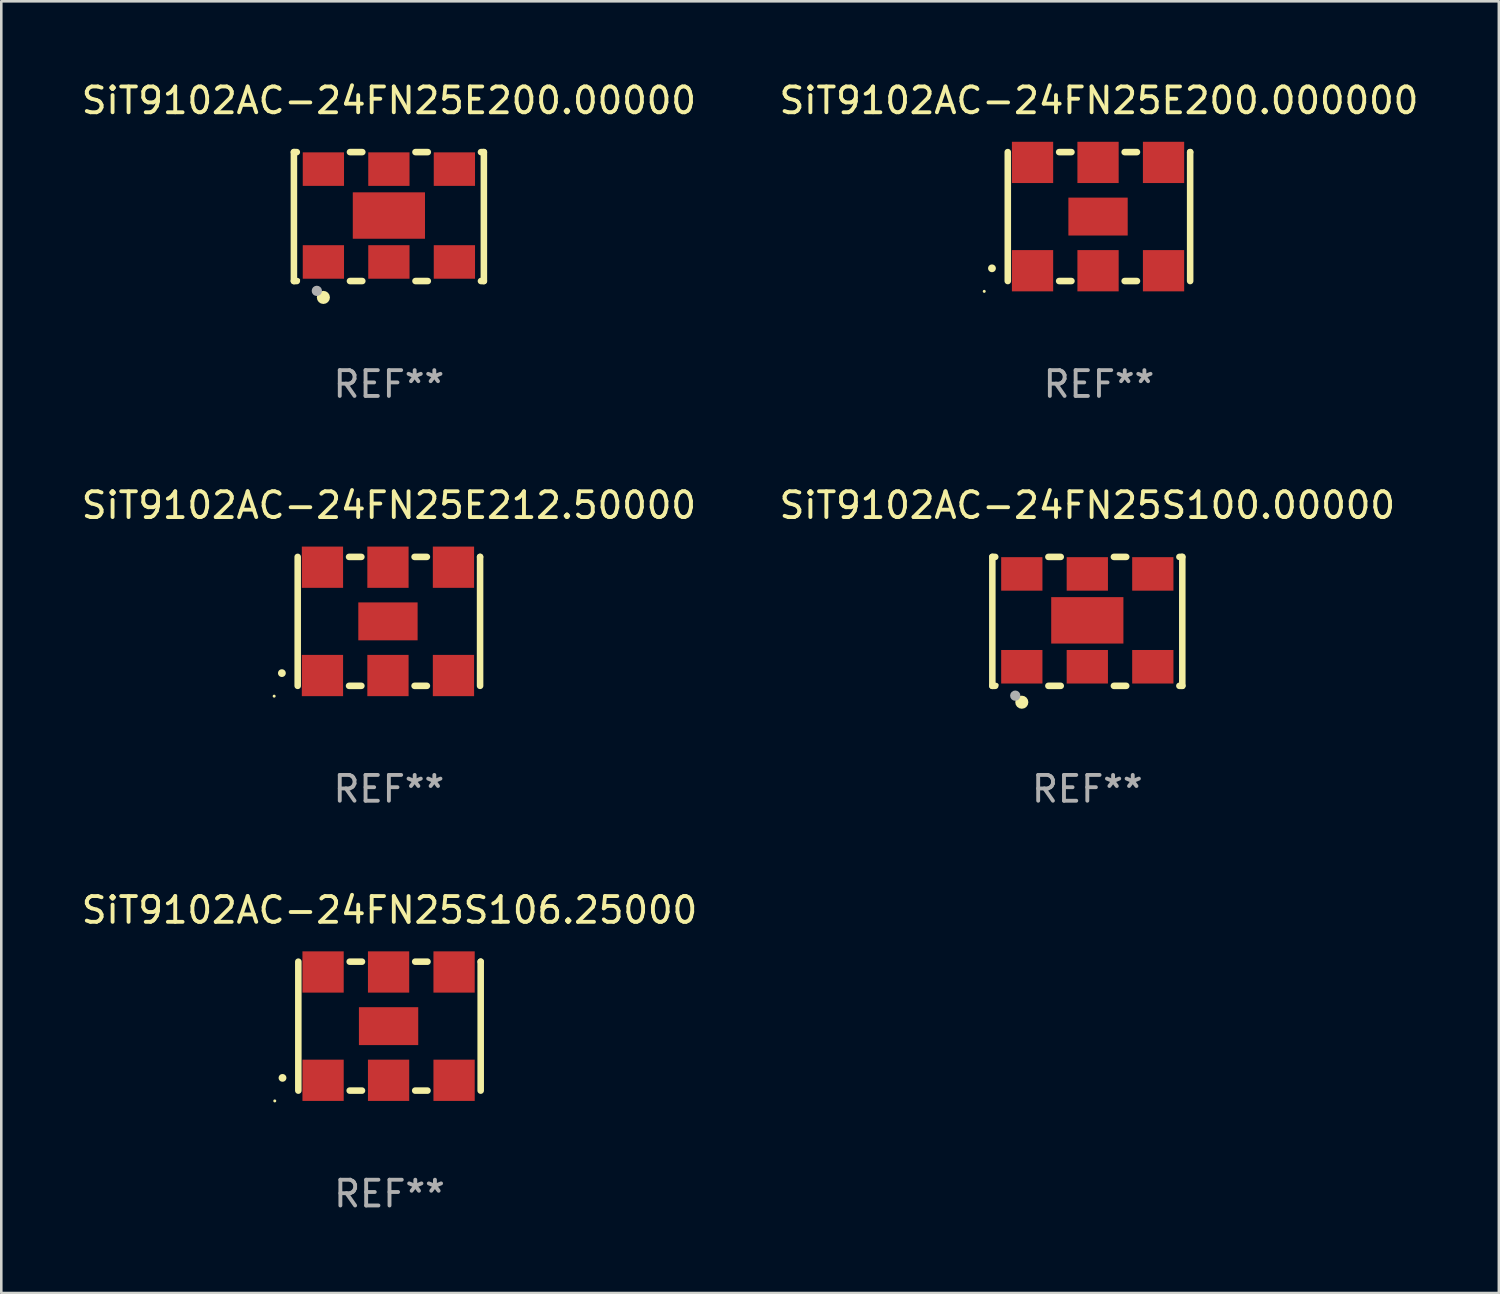
<source format=kicad_pcb>
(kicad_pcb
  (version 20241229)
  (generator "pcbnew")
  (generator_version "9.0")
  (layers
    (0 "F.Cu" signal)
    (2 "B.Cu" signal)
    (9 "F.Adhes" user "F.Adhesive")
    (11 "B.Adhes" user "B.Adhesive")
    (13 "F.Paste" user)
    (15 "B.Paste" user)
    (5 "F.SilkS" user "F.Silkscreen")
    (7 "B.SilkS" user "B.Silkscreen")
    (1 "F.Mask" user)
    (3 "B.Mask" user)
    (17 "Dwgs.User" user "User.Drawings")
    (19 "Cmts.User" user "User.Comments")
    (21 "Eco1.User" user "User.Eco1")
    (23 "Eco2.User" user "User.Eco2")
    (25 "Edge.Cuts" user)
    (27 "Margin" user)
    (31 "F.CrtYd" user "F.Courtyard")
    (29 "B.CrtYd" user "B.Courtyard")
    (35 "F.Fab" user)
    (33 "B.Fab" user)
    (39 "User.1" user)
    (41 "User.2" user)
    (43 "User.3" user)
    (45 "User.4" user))
  (footprint "SiT9102AC-24FN25S100.00000"
    (layer "F.Cu")
    (at 39.113 21.045)
    (property "Reference" "SiT9102AC-24FN25S100.00000" (at 0 -4.5 0) (layer "F.SilkS") (effects (font (size 1 1) (thickness 0.15))))
    (attr through_hole)
    (fp_line (start -3.683 -2.5) (end -3.571 -2.5) (stroke (width 0.254) (type solid)) (layer "F.SilkS"))
    (fp_line (start -3.683 2.5) (end -3.683 -2.5) (stroke (width 0.254) (type solid)) (layer "F.SilkS"))
    (fp_line (start -3.683 2.5) (end -3.571 2.5) (stroke (width 0.254) (type solid)) (layer "F.SilkS"))
    (fp_line (start -1.509 -2.5) (end -1.031 -2.5) (stroke (width 0.254) (type solid)) (layer "F.SilkS"))
    (fp_line (start -1.509 2.5) (end -1.031 2.5) (stroke (width 0.254) (type solid)) (layer "F.SilkS"))
    (fp_line (start 1.031 -2.5) (end 1.509 -2.5) (stroke (width 0.254) (type solid)) (layer "F.SilkS"))
    (fp_line (start 1.031 2.5) (end 1.509 2.5) (stroke (width 0.254) (type solid)) (layer "F.SilkS"))
    (fp_line (start 3.571 -2.5) (end 3.683 -2.5) (stroke (width 0.254) (type solid)) (layer "F.SilkS"))
    (fp_line (start 3.571 2.5) (end 3.683 2.5) (stroke (width 0.254) (type solid)) (layer "F.SilkS"))
    (fp_line (start 3.683 2.5) (end 3.683 -2.5) (stroke (width 0.254) (type solid)) (layer "F.SilkS"))
    (fp_circle (center -3.5 2.46) (end -3.47 2.46) (stroke (width 0.06) (type solid)) (fill no) (layer "F.SilkS"))
    (fp_circle (center -2.54 3.135) (end -2.413 3.135) (stroke (width 0.254) (type solid)) (fill no) (layer "F.SilkS"))
    (fp_circle (center -2.794 2.881) (end -2.694 2.881) (stroke (width 0.2) (type solid)) (fill no) (layer "F.Fab"))
    (fp_text user "REF**" (at 0 6.5 0) (layer "F.Fab") (effects (font (size 1 1) (thickness 0.15))))
    (pad "1" smd rect (at -2.54 1.76) (size 1.6 1.3) (layers "F.Cu" "F.Mask" "F.Paste"))
    (pad "2" smd rect (at 0 1.76) (size 1.6 1.3) (layers "F.Cu" "F.Mask" "F.Paste"))
    (pad "3" smd rect (at 2.54 1.76) (size 1.6 1.3) (layers "F.Cu" "F.Mask" "F.Paste"))
    (pad "4" smd rect (at 2.54 -1.84) (size 1.6 1.3) (layers "F.Cu" "F.Mask" "F.Paste"))
    (pad "5" smd rect (at 0 -1.84) (size 1.6 1.3) (layers "F.Cu" "F.Mask" "F.Paste"))
    (pad "6" smd rect (at -2.54 -1.84) (size 1.6 1.3) (layers "F.Cu" "F.Mask" "F.Paste"))
    (pad "7" smd rect (at 0 -0.04) (size 2.8 1.8) (layers "F.Cu" "F.Mask" "F.Paste")))
  (footprint "SiT9102AC-24FN25S106.25000"
    (layer "F.Cu")
    (at 12.054 36.741)
    (property "Reference" "SiT9102AC-24FN25S106.25000" (at 0 -4.5 0) (layer "F.SilkS") (effects (font (size 1 1) (thickness 0.15))))
    (attr through_hole)
    (fp_line (start -3.536 -2.5) (end -3.536 2.5) (stroke (width 0.254) (type solid)) (layer "F.SilkS"))
    (fp_line (start -1.544 2.5) (end -1.067 2.5) (stroke (width 0.254) (type solid)) (layer "F.SilkS"))
    (fp_line (start -1.067 -2.5) (end -1.544 -2.5) (stroke (width 0.254) (type solid)) (layer "F.SilkS"))
    (fp_line (start 0.996 2.5) (end 1.473 2.5) (stroke (width 0.254) (type solid)) (layer "F.SilkS"))
    (fp_line (start 1.473 -2.5) (end 0.996 -2.5) (stroke (width 0.254) (type solid)) (layer "F.SilkS"))
    (fp_line (start 3.536 -2.5) (end 3.536 -2.5) (stroke (width 0.254) (type solid)) (layer "F.SilkS"))
    (fp_line (start 3.536 2.5) (end 3.536 -2.5) (stroke (width 0.254) (type solid)) (layer "F.SilkS"))
    (fp_arc (start -4.150432 2.006604) (mid -4.149162 2.006599) (end -4.147892 2.006604) (stroke (width 0.3) (type solid)) (layer "F.SilkS"))
    (fp_circle (center -4.449 2.9) (end -4.419 2.9) (stroke (width 0.06) (type solid)) (fill no) (layer "F.SilkS"))
    (fp_text user "REF**" (at 0 6.5 0) (layer "F.Fab") (effects (font (size 1 1) (thickness 0.15))))
    (pad "1" smd rect (at -2.576 2.1) (size 1.6 1.6) (layers "F.Cu" "F.Mask" "F.Paste"))
    (pad "2" smd rect (at -0.036 2.1) (size 1.6 1.6) (layers "F.Cu" "F.Mask" "F.Paste"))
    (pad "3" smd rect (at 2.504 2.1) (size 1.6 1.6) (layers "F.Cu" "F.Mask" "F.Paste"))
    (pad "4" smd rect (at 2.504 -2.1) (size 1.6 1.6) (layers "F.Cu" "F.Mask" "F.Paste"))
    (pad "5" smd rect (at -0.036 -2.1) (size 1.6 1.6) (layers "F.Cu" "F.Mask" "F.Paste"))
    (pad "6" smd rect (at -2.576 -2.1) (size 1.6 1.6) (layers "F.Cu" "F.Mask" "F.Paste"))
    (pad "7" smd rect (at -0.036 0) (size 2.3 1.47) (layers "F.Cu" "F.Mask" "F.Paste")))
  (footprint "SiT9102AC-24FN25E212.50000"
    (layer "F.Cu")
    (at 12.03 21.045)
    (property "Reference" "SiT9102AC-24FN25E212.50000" (at 0 -4.5 0) (layer "F.SilkS") (effects (font (size 1 1) (thickness 0.15))))
    (attr through_hole)
    (fp_line (start -3.536 -2.5) (end -3.536 2.5) (stroke (width 0.254) (type solid)) (layer "F.SilkS"))
    (fp_line (start -1.544 2.5) (end -1.067 2.5) (stroke (width 0.254) (type solid)) (layer "F.SilkS"))
    (fp_line (start -1.067 -2.5) (end -1.544 -2.5) (stroke (width 0.254) (type solid)) (layer "F.SilkS"))
    (fp_line (start 0.996 2.5) (end 1.473 2.5) (stroke (width 0.254) (type solid)) (layer "F.SilkS"))
    (fp_line (start 1.473 -2.5) (end 0.996 -2.5) (stroke (width 0.254) (type solid)) (layer "F.SilkS"))
    (fp_line (start 3.536 -2.5) (end 3.536 -2.5) (stroke (width 0.254) (type solid)) (layer "F.SilkS"))
    (fp_line (start 3.536 2.5) (end 3.536 -2.5) (stroke (width 0.254) (type solid)) (layer "F.SilkS"))
    (fp_arc (start -4.150432 2.006604) (mid -4.149162 2.006599) (end -4.147892 2.006604) (stroke (width 0.3) (type solid)) (layer "F.SilkS"))
    (fp_circle (center -4.449 2.9) (end -4.419 2.9) (stroke (width 0.06) (type solid)) (fill no) (layer "F.SilkS"))
    (fp_text user "REF**" (at 0 6.5 0) (layer "F.Fab") (effects (font (size 1 1) (thickness 0.15))))
    (pad "1" smd rect (at -2.576 2.1) (size 1.6 1.6) (layers "F.Cu" "F.Mask" "F.Paste"))
    (pad "2" smd rect (at -0.036 2.1) (size 1.6 1.6) (layers "F.Cu" "F.Mask" "F.Paste"))
    (pad "3" smd rect (at 2.504 2.1) (size 1.6 1.6) (layers "F.Cu" "F.Mask" "F.Paste"))
    (pad "4" smd rect (at 2.504 -2.1) (size 1.6 1.6) (layers "F.Cu" "F.Mask" "F.Paste"))
    (pad "5" smd rect (at -0.036 -2.1) (size 1.6 1.6) (layers "F.Cu" "F.Mask" "F.Paste"))
    (pad "6" smd rect (at -2.576 -2.1) (size 1.6 1.6) (layers "F.Cu" "F.Mask" "F.Paste"))
    (pad "7" smd rect (at -0.036 0) (size 2.3 1.47) (layers "F.Cu" "F.Mask" "F.Paste")))
  (footprint "SiT9102AC-24FN25E200.000000"
    (layer "F.Cu")
    (at 39.565 5.348)
    (property "Reference" "SiT9102AC-24FN25E200.000000" (at 0 -4.5 0) (layer "F.SilkS") (effects (font (size 1 1) (thickness 0.15))))
    (attr through_hole)
    (fp_line (start -3.536 -2.5) (end -3.536 2.5) (stroke (width 0.254) (type solid)) (layer "F.SilkS"))
    (fp_line (start -1.544 2.5) (end -1.067 2.5) (stroke (width 0.254) (type solid)) (layer "F.SilkS"))
    (fp_line (start -1.067 -2.5) (end -1.544 -2.5) (stroke (width 0.254) (type solid)) (layer "F.SilkS"))
    (fp_line (start 0.996 2.5) (end 1.473 2.5) (stroke (width 0.254) (type solid)) (layer "F.SilkS"))
    (fp_line (start 1.473 -2.5) (end 0.996 -2.5) (stroke (width 0.254) (type solid)) (layer "F.SilkS"))
    (fp_line (start 3.536 -2.5) (end 3.536 -2.5) (stroke (width 0.254) (type solid)) (layer "F.SilkS"))
    (fp_line (start 3.536 2.5) (end 3.536 -2.5) (stroke (width 0.254) (type solid)) (layer "F.SilkS"))
    (fp_arc (start -4.150432 2.006604) (mid -4.149162 2.006599) (end -4.147892 2.006604) (stroke (width 0.3) (type solid)) (layer "F.SilkS"))
    (fp_circle (center -4.449 2.9) (end -4.419 2.9) (stroke (width 0.06) (type solid)) (fill no) (layer "F.SilkS"))
    (fp_text user "REF**" (at 0 6.5 0) (layer "F.Fab") (effects (font (size 1 1) (thickness 0.15))))
    (pad "1" smd rect (at -2.576 2.1) (size 1.6 1.6) (layers "F.Cu" "F.Mask" "F.Paste"))
    (pad "2" smd rect (at -0.036 2.1) (size 1.6 1.6) (layers "F.Cu" "F.Mask" "F.Paste"))
    (pad "3" smd rect (at 2.504 2.1) (size 1.6 1.6) (layers "F.Cu" "F.Mask" "F.Paste"))
    (pad "4" smd rect (at 2.504 -2.1) (size 1.6 1.6) (layers "F.Cu" "F.Mask" "F.Paste"))
    (pad "5" smd rect (at -0.036 -2.1) (size 1.6 1.6) (layers "F.Cu" "F.Mask" "F.Paste"))
    (pad "6" smd rect (at -2.576 -2.1) (size 1.6 1.6) (layers "F.Cu" "F.Mask" "F.Paste"))
    (pad "7" smd rect (at -0.036 0) (size 2.3 1.47) (layers "F.Cu" "F.Mask" "F.Paste")))
  (footprint "SiT9102AC-24FN25E200.00000"
    (layer "F.Cu")
    (at 12.03 5.348)
    (property "Reference" "SiT9102AC-24FN25E200.00000" (at 0 -4.5 0) (layer "F.SilkS") (effects (font (size 1 1) (thickness 0.15))))
    (attr through_hole)
    (fp_line (start -3.683 -2.5) (end -3.571 -2.5) (stroke (width 0.254) (type solid)) (layer "F.SilkS"))
    (fp_line (start -3.683 2.5) (end -3.683 -2.5) (stroke (width 0.254) (type solid)) (layer "F.SilkS"))
    (fp_line (start -3.683 2.5) (end -3.571 2.5) (stroke (width 0.254) (type solid)) (layer "F.SilkS"))
    (fp_line (start -1.509 -2.5) (end -1.031 -2.5) (stroke (width 0.254) (type solid)) (layer "F.SilkS"))
    (fp_line (start -1.509 2.5) (end -1.031 2.5) (stroke (width 0.254) (type solid)) (layer "F.SilkS"))
    (fp_line (start 1.031 -2.5) (end 1.509 -2.5) (stroke (width 0.254) (type solid)) (layer "F.SilkS"))
    (fp_line (start 1.031 2.5) (end 1.509 2.5) (stroke (width 0.254) (type solid)) (layer "F.SilkS"))
    (fp_line (start 3.571 -2.5) (end 3.683 -2.5) (stroke (width 0.254) (type solid)) (layer "F.SilkS"))
    (fp_line (start 3.571 2.5) (end 3.683 2.5) (stroke (width 0.254) (type solid)) (layer "F.SilkS"))
    (fp_line (start 3.683 2.5) (end 3.683 -2.5) (stroke (width 0.254) (type solid)) (layer "F.SilkS"))
    (fp_circle (center -3.5 2.46) (end -3.47 2.46) (stroke (width 0.06) (type solid)) (fill no) (layer "F.SilkS"))
    (fp_circle (center -2.54 3.135) (end -2.413 3.135) (stroke (width 0.254) (type solid)) (fill no) (layer "F.SilkS"))
    (fp_circle (center -2.794 2.881) (end -2.694 2.881) (stroke (width 0.2) (type solid)) (fill no) (layer "F.Fab"))
    (fp_text user "REF**" (at 0 6.5 0) (layer "F.Fab") (effects (font (size 1 1) (thickness 0.15))))
    (pad "1" smd rect (at -2.54 1.76) (size 1.6 1.3) (layers "F.Cu" "F.Mask" "F.Paste"))
    (pad "2" smd rect (at 0 1.76) (size 1.6 1.3) (layers "F.Cu" "F.Mask" "F.Paste"))
    (pad "3" smd rect (at 2.54 1.76) (size 1.6 1.3) (layers "F.Cu" "F.Mask" "F.Paste"))
    (pad "4" smd rect (at 2.54 -1.84) (size 1.6 1.3) (layers "F.Cu" "F.Mask" "F.Paste"))
    (pad "5" smd rect (at 0 -1.84) (size 1.6 1.3) (layers "F.Cu" "F.Mask" "F.Paste"))
    (pad "6" smd rect (at -2.54 -1.84) (size 1.6 1.3) (layers "F.Cu" "F.Mask" "F.Paste"))
    (pad "7" smd rect (at 0 -0.04) (size 2.8 1.8) (layers "F.Cu" "F.Mask" "F.Paste")))
  (gr_rect
    (start -3 -3)
    (end 55.071 47.09)
    (stroke (width 0.1) (type default))
    (fill no)
    (layer "Edge.Cuts")))
</source>
